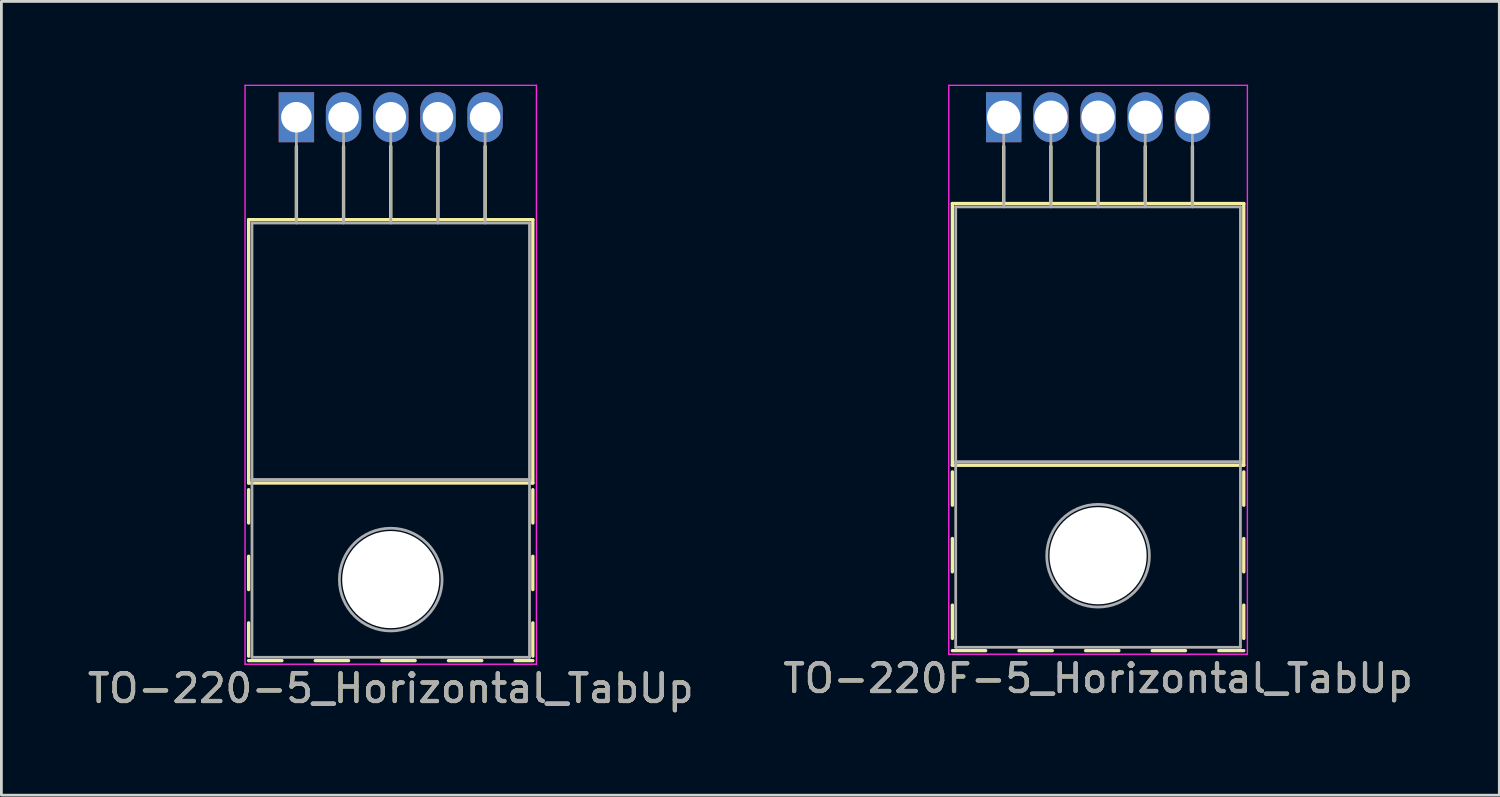
<source format=kicad_pcb>
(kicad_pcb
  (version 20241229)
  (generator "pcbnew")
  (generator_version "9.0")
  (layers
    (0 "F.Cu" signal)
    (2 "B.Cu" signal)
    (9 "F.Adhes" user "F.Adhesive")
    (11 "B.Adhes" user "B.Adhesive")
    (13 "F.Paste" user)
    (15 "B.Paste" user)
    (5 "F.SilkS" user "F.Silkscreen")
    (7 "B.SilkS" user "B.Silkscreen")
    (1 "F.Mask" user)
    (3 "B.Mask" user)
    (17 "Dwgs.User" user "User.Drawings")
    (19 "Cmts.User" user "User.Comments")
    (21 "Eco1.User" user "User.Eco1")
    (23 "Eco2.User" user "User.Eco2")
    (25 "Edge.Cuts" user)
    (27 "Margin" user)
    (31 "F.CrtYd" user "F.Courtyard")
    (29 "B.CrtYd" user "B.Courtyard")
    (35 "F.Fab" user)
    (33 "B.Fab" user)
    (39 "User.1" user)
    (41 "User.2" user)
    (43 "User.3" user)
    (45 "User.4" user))
  (footprint "TO-220F-5_Horizontal_TabUp"
    (layer "F.Cu")
    (at 33.118 1.175)
    (property "Reference" "TO-220F-5_Horizontal_TabUp" (at 3.4 20.22 0) (layer "F.SilkS") (effects (font (size 1 1) (thickness 0.15))))
    (attr through_hole)
    (fp_line (start -1.85 3.11) (end -1.85 12.54) (stroke (width 0.12) (type solid)) (layer "F.SilkS"))
    (fp_line (start -1.85 3.11) (end 8.65 3.11) (stroke (width 0.12) (type solid)) (layer "F.SilkS"))
    (fp_line (start -1.85 12.54) (end 8.65 12.54) (stroke (width 0.12) (type solid)) (layer "F.SilkS"))
    (fp_line (start -1.85 12.78) (end -1.85 13.98) (stroke (width 0.12) (type solid)) (layer "F.SilkS"))
    (fp_line (start -1.85 15.18) (end -1.85 16.38) (stroke (width 0.12) (type solid)) (layer "F.SilkS"))
    (fp_line (start -1.85 17.58) (end -1.85 18.78) (stroke (width 0.12) (type solid)) (layer "F.SilkS"))
    (fp_line (start -1.85 19.22) (end -0.651 19.22) (stroke (width 0.12) (type solid)) (layer "F.SilkS"))
    (fp_line (start 0 1.05) (end 0 3.11) (stroke (width 0.12) (type solid)) (layer "F.SilkS"))
    (fp_line (start 0.55 19.22) (end 1.75 19.22) (stroke (width 0.12) (type solid)) (layer "F.SilkS"))
    (fp_line (start 1.7 1.05) (end 1.7 3.11) (stroke (width 0.12) (type solid)) (layer "F.SilkS"))
    (fp_line (start 2.95 19.22) (end 4.15 19.22) (stroke (width 0.12) (type solid)) (layer "F.SilkS"))
    (fp_line (start 3.4 1.05) (end 3.4 3.11) (stroke (width 0.12) (type solid)) (layer "F.SilkS"))
    (fp_line (start 5.1 1.05) (end 5.1 3.11) (stroke (width 0.12) (type solid)) (layer "F.SilkS"))
    (fp_line (start 5.35 19.22) (end 6.55 19.22) (stroke (width 0.12) (type solid)) (layer "F.SilkS"))
    (fp_line (start 6.8 1.05) (end 6.8 3.11) (stroke (width 0.12) (type solid)) (layer "F.SilkS"))
    (fp_line (start 7.75 19.22) (end 8.65 19.22) (stroke (width 0.12) (type solid)) (layer "F.SilkS"))
    (fp_line (start 8.65 3.11) (end 8.65 12.54) (stroke (width 0.12) (type solid)) (layer "F.SilkS"))
    (fp_line (start 8.65 12.78) (end 8.65 13.98) (stroke (width 0.12) (type solid)) (layer "F.SilkS"))
    (fp_line (start 8.65 15.18) (end 8.65 16.38) (stroke (width 0.12) (type solid)) (layer "F.SilkS"))
    (fp_line (start 8.65 17.58) (end 8.65 18.78) (stroke (width 0.12) (type solid)) (layer "F.SilkS"))
    (fp_line (start -1.98 -1.15) (end -1.98 19.35) (stroke (width 0.05) (type solid)) (layer "F.CrtYd"))
    (fp_line (start -1.98 19.35) (end 8.78 19.35) (stroke (width 0.05) (type solid)) (layer "F.CrtYd"))
    (fp_line (start 8.78 -1.15) (end -1.98 -1.15) (stroke (width 0.05) (type solid)) (layer "F.CrtYd"))
    (fp_line (start 8.78 19.35) (end 8.78 -1.15) (stroke (width 0.05) (type solid)) (layer "F.CrtYd"))
    (fp_line (start -1.73 3.23) (end -1.73 12.42) (stroke (width 0.1) (type solid)) (layer "F.Fab"))
    (fp_line (start -1.73 12.42) (end -1.73 19.1) (stroke (width 0.1) (type solid)) (layer "F.Fab"))
    (fp_line (start -1.73 12.42) (end 8.53 12.42) (stroke (width 0.1) (type solid)) (layer "F.Fab"))
    (fp_line (start -1.73 19.1) (end 8.53 19.1) (stroke (width 0.1) (type solid)) (layer "F.Fab"))
    (fp_line (start 0 3.23) (end 0 0) (stroke (width 0.1) (type solid)) (layer "F.Fab"))
    (fp_line (start 1.7 3.23) (end 1.7 0) (stroke (width 0.1) (type solid)) (layer "F.Fab"))
    (fp_line (start 3.4 3.23) (end 3.4 0) (stroke (width 0.1) (type solid)) (layer "F.Fab"))
    (fp_line (start 5.1 3.23) (end 5.1 0) (stroke (width 0.1) (type solid)) (layer "F.Fab"))
    (fp_line (start 6.8 3.23) (end 6.8 0) (stroke (width 0.1) (type solid)) (layer "F.Fab"))
    (fp_line (start 8.53 3.23) (end -1.73 3.23) (stroke (width 0.1) (type solid)) (layer "F.Fab"))
    (fp_line (start 8.53 12.42) (end -1.73 12.42) (stroke (width 0.1) (type solid)) (layer "F.Fab"))
    (fp_line (start 8.53 12.42) (end 8.53 3.23) (stroke (width 0.1) (type solid)) (layer "F.Fab"))
    (fp_line (start 8.53 19.1) (end 8.53 12.42) (stroke (width 0.1) (type solid)) (layer "F.Fab"))
    (fp_circle (center 3.4 15.8) (end 5.25 15.8) (stroke (width 0.1) (type solid)) (fill no) (layer "F.Fab"))
    (fp_text user "${REFERENCE}" (at 3.4 20.22 0) (layer "F.Fab") (effects (font (size 1 1) (thickness 0.15))))
    (pad "" np_thru_hole circle (at 3.4 15.8) (size 3.5 3.5) (drill 3.5) (layers "*.Cu" "*.Mask"))
    (pad "1" thru_hole rect (at 0 0) (size 1.275 1.8) (drill 1.2) (layers "*.Cu" "*.Mask"))
    (pad "2" thru_hole oval (at 1.7 0) (size 1.275 1.8) (drill 1.2) (layers "*.Cu" "*.Mask"))
    (pad "3" thru_hole oval (at 3.4 0) (size 1.275 1.8) (drill 1.2) (layers "*.Cu" "*.Mask"))
    (pad "4" thru_hole oval (at 5.1 0) (size 1.275 1.8) (drill 1.2) (layers "*.Cu" "*.Mask"))
    (pad "5" thru_hole oval (at 6.8 0) (size 1.275 1.8) (drill 1.2) (layers "*.Cu" "*.Mask")))
  (footprint "TO-220-5_Horizontal_TabUp"
    (layer "F.Cu")
    (at 7.63 1.175)
    (property "Reference" "TO-220-5_Horizontal_TabUp" (at 3.4 20.58 0) (layer "F.SilkS") (effects (font (size 1 1) (thickness 0.15))))
    (attr through_hole)
    (fp_line (start -1.721 3.69) (end -1.721 13.18) (stroke (width 0.12) (type solid)) (layer "F.SilkS"))
    (fp_line (start -1.721 3.69) (end 8.52 3.69) (stroke (width 0.12) (type solid)) (layer "F.SilkS"))
    (fp_line (start -1.721 13.18) (end 8.52 13.18) (stroke (width 0.12) (type solid)) (layer "F.SilkS"))
    (fp_line (start -1.721 13.42) (end -1.721 14.62) (stroke (width 0.12) (type solid)) (layer "F.SilkS"))
    (fp_line (start -1.721 15.82) (end -1.721 17.02) (stroke (width 0.12) (type solid)) (layer "F.SilkS"))
    (fp_line (start -1.721 18.22) (end -1.721 19.42) (stroke (width 0.12) (type solid)) (layer "F.SilkS"))
    (fp_line (start -1.721 19.58) (end -0.521 19.58) (stroke (width 0.12) (type solid)) (layer "F.SilkS"))
    (fp_line (start 0 1.05) (end 0 3.69) (stroke (width 0.12) (type solid)) (layer "F.SilkS"))
    (fp_line (start 0.68 19.58) (end 1.88 19.58) (stroke (width 0.12) (type solid)) (layer "F.SilkS"))
    (fp_line (start 1.7 1.05) (end 1.7 3.69) (stroke (width 0.12) (type solid)) (layer "F.SilkS"))
    (fp_line (start 3.08 19.58) (end 4.28 19.58) (stroke (width 0.12) (type solid)) (layer "F.SilkS"))
    (fp_line (start 3.4 1.05) (end 3.4 3.69) (stroke (width 0.12) (type solid)) (layer "F.SilkS"))
    (fp_line (start 5.1 1.05) (end 5.1 3.69) (stroke (width 0.12) (type solid)) (layer "F.SilkS"))
    (fp_line (start 5.48 19.58) (end 6.68 19.58) (stroke (width 0.12) (type solid)) (layer "F.SilkS"))
    (fp_line (start 6.8 1.05) (end 6.8 3.69) (stroke (width 0.12) (type solid)) (layer "F.SilkS"))
    (fp_line (start 7.88 19.58) (end 8.52 19.58) (stroke (width 0.12) (type solid)) (layer "F.SilkS"))
    (fp_line (start 8.52 3.69) (end 8.52 13.18) (stroke (width 0.12) (type solid)) (layer "F.SilkS"))
    (fp_line (start 8.52 13.42) (end 8.52 14.62) (stroke (width 0.12) (type solid)) (layer "F.SilkS"))
    (fp_line (start 8.52 15.82) (end 8.52 17.02) (stroke (width 0.12) (type solid)) (layer "F.SilkS"))
    (fp_line (start 8.52 18.22) (end 8.52 19.42) (stroke (width 0.12) (type solid)) (layer "F.SilkS"))
    (fp_line (start -1.85 -1.15) (end -1.85 19.71) (stroke (width 0.05) (type solid)) (layer "F.CrtYd"))
    (fp_line (start -1.85 19.71) (end 8.65 19.71) (stroke (width 0.05) (type solid)) (layer "F.CrtYd"))
    (fp_line (start 8.65 -1.15) (end -1.85 -1.15) (stroke (width 0.05) (type solid)) (layer "F.CrtYd"))
    (fp_line (start 8.65 19.71) (end 8.65 -1.15) (stroke (width 0.05) (type solid)) (layer "F.CrtYd"))
    (fp_line (start -1.6 3.81) (end -1.6 13.06) (stroke (width 0.1) (type solid)) (layer "F.Fab"))
    (fp_line (start -1.6 13.06) (end -1.6 19.46) (stroke (width 0.1) (type solid)) (layer "F.Fab"))
    (fp_line (start -1.6 13.06) (end 8.4 13.06) (stroke (width 0.1) (type solid)) (layer "F.Fab"))
    (fp_line (start -1.6 19.46) (end 8.4 19.46) (stroke (width 0.1) (type solid)) (layer "F.Fab"))
    (fp_line (start 0 3.81) (end 0 0) (stroke (width 0.1) (type solid)) (layer "F.Fab"))
    (fp_line (start 1.7 3.81) (end 1.7 0) (stroke (width 0.1) (type solid)) (layer "F.Fab"))
    (fp_line (start 3.4 3.81) (end 3.4 0) (stroke (width 0.1) (type solid)) (layer "F.Fab"))
    (fp_line (start 5.1 3.81) (end 5.1 0) (stroke (width 0.1) (type solid)) (layer "F.Fab"))
    (fp_line (start 6.8 3.81) (end 6.8 0) (stroke (width 0.1) (type solid)) (layer "F.Fab"))
    (fp_line (start 8.4 3.81) (end -1.6 3.81) (stroke (width 0.1) (type solid)) (layer "F.Fab"))
    (fp_line (start 8.4 13.06) (end -1.6 13.06) (stroke (width 0.1) (type solid)) (layer "F.Fab"))
    (fp_line (start 8.4 13.06) (end 8.4 3.81) (stroke (width 0.1) (type solid)) (layer "F.Fab"))
    (fp_line (start 8.4 19.46) (end 8.4 13.06) (stroke (width 0.1) (type solid)) (layer "F.Fab"))
    (fp_circle (center 3.4 16.66) (end 5.25 16.66) (stroke (width 0.1) (type solid)) (fill no) (layer "F.Fab"))
    (fp_text user "${REFERENCE}" (at 3.4 20.58 0) (layer "F.Fab") (effects (font (size 1 1) (thickness 0.15))))
    (pad "" np_thru_hole circle (at 3.4 16.66) (size 3.5 3.5) (drill 3.5) (layers "*.Cu" "*.Mask"))
    (pad "1" thru_hole rect (at 0 0) (size 1.275 1.8) (drill 1.1) (layers "*.Cu" "*.Mask"))
    (pad "2" thru_hole oval (at 1.7 0) (size 1.275 1.8) (drill 1.1) (layers "*.Cu" "*.Mask"))
    (pad "3" thru_hole oval (at 3.4 0) (size 1.275 1.8) (drill 1.1) (layers "*.Cu" "*.Mask"))
    (pad "4" thru_hole oval (at 5.1 0) (size 1.275 1.8) (drill 1.1) (layers "*.Cu" "*.Mask"))
    (pad "5" thru_hole oval (at 6.8 0) (size 1.275 1.8) (drill 1.1) (layers "*.Cu" "*.Mask")))
  (gr_rect
    (start -3 -3)
    (end 50.976 25.603)
    (stroke (width 0.1) (type default))
    (fill no)
    (layer "Edge.Cuts")))
</source>
